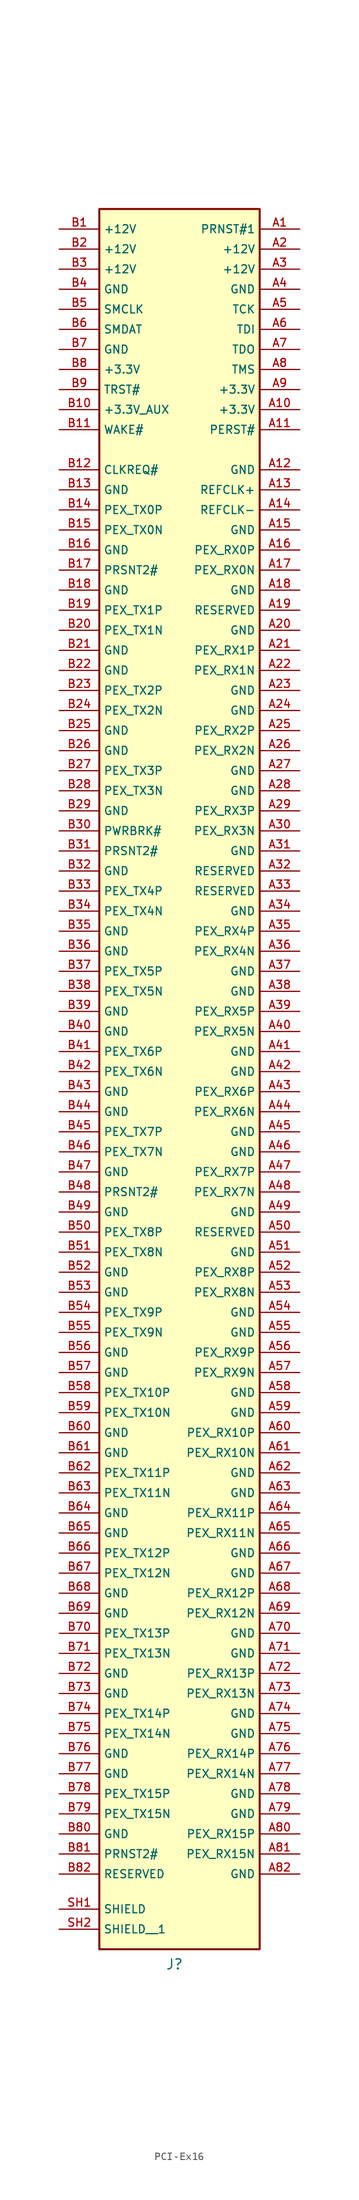
<source format=kicad_sym>
(kicad_symbol_lib
  (version 20231120)
  (generator "kicad_symbol_editor")
  (generator_version "8.0")
  (symbol "PCI-Ex16"
    (property "Reference" "J"
      (at 0 0 0)
      (effects (font (size 1.27 1.27))))
    (property "Value" ""
      (at 0 0 0)
      (effects (font (size 1.27 1.27))))
    (symbol "PCI-Ex16_1_0"
      (rectangle (start -9.525 222.25) (end 10.795 1.905) (stroke (width 0.254) (type default)) (fill (type background)))
      (pin passive line (at 15.875 219.71 180) (length 5.08) (name "PRNST#1" (effects (font (size 1.016 1.016)))) (number "A1" (effects (font (size 1.016 1.016)))))
      (pin passive line (at 15.875 196.85 180) (length 5.08) (name "+3.3V" (effects (font (size 1.016 1.016)))) (number "A10" (effects (font (size 1.016 1.016)))))
      (pin passive line (at 15.875 194.31 180) (length 5.08) (name "PERST#" (effects (font (size 1.016 1.016)))) (number "A11" (effects (font (size 1.016 1.016)))))
      (pin passive line (at 15.875 189.23 180) (length 5.08) (name "GND" (effects (font (size 1.016 1.016)))) (number "A12" (effects (font (size 1.016 1.016)))))
      (pin passive line (at 15.875 186.69 180) (length 5.08) (name "REFCLK+" (effects (font (size 1.016 1.016)))) (number "A13" (effects (font (size 1.016 1.016)))))
      (pin passive line (at 15.875 184.15 180) (length 5.08) (name "REFCLK-" (effects (font (size 1.016 1.016)))) (number "A14" (effects (font (size 1.016 1.016)))))
      (pin passive line (at 15.875 181.61 180) (length 5.08) (name "GND" (effects (font (size 1.016 1.016)))) (number "A15" (effects (font (size 1.016 1.016)))))
      (pin passive line (at 15.875 179.07 180) (length 5.08) (name "PEX_RX0P" (effects (font (size 1.016 1.016)))) (number "A16" (effects (font (size 1.016 1.016)))))
      (pin passive line (at 15.875 176.53 180) (length 5.08) (name "PEX_RX0N" (effects (font (size 1.016 1.016)))) (number "A17" (effects (font (size 1.016 1.016)))))
      (pin passive line (at 15.875 173.99 180) (length 5.08) (name "GND" (effects (font (size 1.016 1.016)))) (number "A18" (effects (font (size 1.016 1.016)))))
      (pin passive line (at 15.875 171.45 180) (length 5.08) (name "RESERVED" (effects (font (size 1.016 1.016)))) (number "A19" (effects (font (size 1.016 1.016)))))
      (pin passive line (at 15.875 217.17 180) (length 5.08) (name "+12V" (effects (font (size 1.016 1.016)))) (number "A2" (effects (font (size 1.016 1.016)))))
      (pin passive line (at 15.875 168.91 180) (length 5.08) (name "GND" (effects (font (size 1.016 1.016)))) (number "A20" (effects (font (size 1.016 1.016)))))
      (pin passive line (at 15.875 166.37 180) (length 5.08) (name "PEX_RX1P" (effects (font (size 1.016 1.016)))) (number "A21" (effects (font (size 1.016 1.016)))))
      (pin passive line (at 15.875 163.83 180) (length 5.08) (name "PEX_RX1N" (effects (font (size 1.016 1.016)))) (number "A22" (effects (font (size 1.016 1.016)))))
      (pin passive line (at 15.875 161.29 180) (length 5.08) (name "GND" (effects (font (size 1.016 1.016)))) (number "A23" (effects (font (size 1.016 1.016)))))
      (pin passive line (at 15.875 158.75 180) (length 5.08) (name "GND" (effects (font (size 1.016 1.016)))) (number "A24" (effects (font (size 1.016 1.016)))))
      (pin passive line (at 15.875 156.21 180) (length 5.08) (name "PEX_RX2P" (effects (font (size 1.016 1.016)))) (number "A25" (effects (font (size 1.016 1.016)))))
      (pin passive line (at 15.875 153.67 180) (length 5.08) (name "PEX_RX2N" (effects (font (size 1.016 1.016)))) (number "A26" (effects (font (size 1.016 1.016)))))
      (pin passive line (at 15.875 151.13 180) (length 5.08) (name "GND" (effects (font (size 1.016 1.016)))) (number "A27" (effects (font (size 1.016 1.016)))))
      (pin passive line (at 15.875 148.59 180) (length 5.08) (name "GND" (effects (font (size 1.016 1.016)))) (number "A28" (effects (font (size 1.016 1.016)))))
      (pin passive line (at 15.875 146.05 180) (length 5.08) (name "PEX_RX3P" (effects (font (size 1.016 1.016)))) (number "A29" (effects (font (size 1.016 1.016)))))
      (pin passive line (at 15.875 214.63 180) (length 5.08) (name "+12V" (effects (font (size 1.016 1.016)))) (number "A3" (effects (font (size 1.016 1.016)))))
      (pin passive line (at 15.875 143.51 180) (length 5.08) (name "PEX_RX3N" (effects (font (size 1.016 1.016)))) (number "A30" (effects (font (size 1.016 1.016)))))
      (pin passive line (at 15.875 140.97 180) (length 5.08) (name "GND" (effects (font (size 1.016 1.016)))) (number "A31" (effects (font (size 1.016 1.016)))))
      (pin passive line (at 15.875 138.43 180) (length 5.08) (name "RESERVED" (effects (font (size 1.016 1.016)))) (number "A32" (effects (font (size 1.016 1.016)))))
      (pin passive line (at 15.875 135.89 180) (length 5.08) (name "RESERVED" (effects (font (size 1.016 1.016)))) (number "A33" (effects (font (size 1.016 1.016)))))
      (pin passive line (at 15.875 133.35 180) (length 5.08) (name "GND" (effects (font (size 1.016 1.016)))) (number "A34" (effects (font (size 1.016 1.016)))))
      (pin passive line (at 15.875 130.81 180) (length 5.08) (name "PEX_RX4P" (effects (font (size 1.016 1.016)))) (number "A35" (effects (font (size 1.016 1.016)))))
      (pin passive line (at 15.875 128.27 180) (length 5.08) (name "PEX_RX4N" (effects (font (size 1.016 1.016)))) (number "A36" (effects (font (size 1.016 1.016)))))
      (pin passive line (at 15.875 125.73 180) (length 5.08) (name "GND" (effects (font (size 1.016 1.016)))) (number "A37" (effects (font (size 1.016 1.016)))))
      (pin passive line (at 15.875 123.19 180) (length 5.08) (name "GND" (effects (font (size 1.016 1.016)))) (number "A38" (effects (font (size 1.016 1.016)))))
      (pin passive line (at 15.875 120.65 180) (length 5.08) (name "PEX_RX5P" (effects (font (size 1.016 1.016)))) (number "A39" (effects (font (size 1.016 1.016)))))
      (pin passive line (at 15.875 212.09 180) (length 5.08) (name "GND" (effects (font (size 1.016 1.016)))) (number "A4" (effects (font (size 1.016 1.016)))))
      (pin passive line (at 15.875 118.11 180) (length 5.08) (name "PEX_RX5N" (effects (font (size 1.016 1.016)))) (number "A40" (effects (font (size 1.016 1.016)))))
      (pin passive line (at 15.875 115.57 180) (length 5.08) (name "GND" (effects (font (size 1.016 1.016)))) (number "A41" (effects (font (size 1.016 1.016)))))
      (pin passive line (at 15.875 113.03 180) (length 5.08) (name "GND" (effects (font (size 1.016 1.016)))) (number "A42" (effects (font (size 1.016 1.016)))))
      (pin passive line (at 15.875 110.49 180) (length 5.08) (name "PEX_RX6P" (effects (font (size 1.016 1.016)))) (number "A43" (effects (font (size 1.016 1.016)))))
      (pin passive line (at 15.875 107.95 180) (length 5.08) (name "PEX_RX6N" (effects (font (size 1.016 1.016)))) (number "A44" (effects (font (size 1.016 1.016)))))
      (pin passive line (at 15.875 105.41 180) (length 5.08) (name "GND" (effects (font (size 1.016 1.016)))) (number "A45" (effects (font (size 1.016 1.016)))))
      (pin passive line (at 15.875 102.87 180) (length 5.08) (name "GND" (effects (font (size 1.016 1.016)))) (number "A46" (effects (font (size 1.016 1.016)))))
      (pin passive line (at 15.875 100.33 180) (length 5.08) (name "PEX_RX7P" (effects (font (size 1.016 1.016)))) (number "A47" (effects (font (size 1.016 1.016)))))
      (pin passive line (at 15.875 97.79 180) (length 5.08) (name "PEX_RX7N" (effects (font (size 1.016 1.016)))) (number "A48" (effects (font (size 1.016 1.016)))))
      (pin passive line (at 15.875 95.25 180) (length 5.08) (name "GND" (effects (font (size 1.016 1.016)))) (number "A49" (effects (font (size 1.016 1.016)))))
      (pin passive line (at 15.875 209.55 180) (length 5.08) (name "TCK" (effects (font (size 1.016 1.016)))) (number "A5" (effects (font (size 1.016 1.016)))))
      (pin passive line (at 15.875 92.71 180) (length 5.08) (name "RESERVED" (effects (font (size 1.016 1.016)))) (number "A50" (effects (font (size 1.016 1.016)))))
      (pin passive line (at 15.875 90.17 180) (length 5.08) (name "GND" (effects (font (size 1.016 1.016)))) (number "A51" (effects (font (size 1.016 1.016)))))
      (pin passive line (at 15.875 87.63 180) (length 5.08) (name "PEX_RX8P" (effects (font (size 1.016 1.016)))) (number "A52" (effects (font (size 1.016 1.016)))))
      (pin passive line (at 15.875 85.09 180) (length 5.08) (name "PEX_RX8N" (effects (font (size 1.016 1.016)))) (number "A53" (effects (font (size 1.016 1.016)))))
      (pin passive line (at 15.875 82.55 180) (length 5.08) (name "GND" (effects (font (size 1.016 1.016)))) (number "A54" (effects (font (size 1.016 1.016)))))
      (pin passive line (at 15.875 80.01 180) (length 5.08) (name "GND" (effects (font (size 1.016 1.016)))) (number "A55" (effects (font (size 1.016 1.016)))))
      (pin passive line (at 15.875 77.47 180) (length 5.08) (name "PEX_RX9P" (effects (font (size 1.016 1.016)))) (number "A56" (effects (font (size 1.016 1.016)))))
      (pin passive line (at 15.875 74.93 180) (length 5.08) (name "PEX_RX9N" (effects (font (size 1.016 1.016)))) (number "A57" (effects (font (size 1.016 1.016)))))
      (pin passive line (at 15.875 72.39 180) (length 5.08) (name "GND" (effects (font (size 1.016 1.016)))) (number "A58" (effects (font (size 1.016 1.016)))))
      (pin passive line (at 15.875 69.85 180) (length 5.08) (name "GND" (effects (font (size 1.016 1.016)))) (number "A59" (effects (font (size 1.016 1.016)))))
      (pin passive line (at 15.875 207.01 180) (length 5.08) (name "TDI" (effects (font (size 1.016 1.016)))) (number "A6" (effects (font (size 1.016 1.016)))))
      (pin passive line (at 15.875 67.31 180) (length 5.08) (name "PEX_RX10P" (effects (font (size 1.016 1.016)))) (number "A60" (effects (font (size 1.016 1.016)))))
      (pin passive line (at 15.875 64.77 180) (length 5.08) (name "PEX_RX10N" (effects (font (size 1.016 1.016)))) (number "A61" (effects (font (size 1.016 1.016)))))
      (pin passive line (at 15.875 62.23 180) (length 5.08) (name "GND" (effects (font (size 1.016 1.016)))) (number "A62" (effects (font (size 1.016 1.016)))))
      (pin passive line (at 15.875 59.69 180) (length 5.08) (name "GND" (effects (font (size 1.016 1.016)))) (number "A63" (effects (font (size 1.016 1.016)))))
      (pin passive line (at 15.875 57.15 180) (length 5.08) (name "PEX_RX11P" (effects (font (size 1.016 1.016)))) (number "A64" (effects (font (size 1.016 1.016)))))
      (pin passive line (at 15.875 54.61 180) (length 5.08) (name "PEX_RX11N" (effects (font (size 1.016 1.016)))) (number "A65" (effects (font (size 1.016 1.016)))))
      (pin passive line (at 15.875 52.07 180) (length 5.08) (name "GND" (effects (font (size 1.016 1.016)))) (number "A66" (effects (font (size 1.016 1.016)))))
      (pin passive line (at 15.875 49.53 180) (length 5.08) (name "GND" (effects (font (size 1.016 1.016)))) (number "A67" (effects (font (size 1.016 1.016)))))
      (pin passive line (at 15.875 46.99 180) (length 5.08) (name "PEX_RX12P" (effects (font (size 1.016 1.016)))) (number "A68" (effects (font (size 1.016 1.016)))))
      (pin passive line (at 15.875 44.45 180) (length 5.08) (name "PEX_RX12N" (effects (font (size 1.016 1.016)))) (number "A69" (effects (font (size 1.016 1.016)))))
      (pin passive line (at 15.875 204.47 180) (length 5.08) (name "TDO" (effects (font (size 1.016 1.016)))) (number "A7" (effects (font (size 1.016 1.016)))))
      (pin passive line (at 15.875 41.91 180) (length 5.08) (name "GND" (effects (font (size 1.016 1.016)))) (number "A70" (effects (font (size 1.016 1.016)))))
      (pin passive line (at 15.875 39.37 180) (length 5.08) (name "GND" (effects (font (size 1.016 1.016)))) (number "A71" (effects (font (size 1.016 1.016)))))
      (pin passive line (at 15.875 36.83 180) (length 5.08) (name "PEX_RX13P" (effects (font (size 1.016 1.016)))) (number "A72" (effects (font (size 1.016 1.016)))))
      (pin passive line (at 15.875 34.29 180) (length 5.08) (name "PEX_RX13N" (effects (font (size 1.016 1.016)))) (number "A73" (effects (font (size 1.016 1.016)))))
      (pin passive line (at 15.875 31.75 180) (length 5.08) (name "GND" (effects (font (size 1.016 1.016)))) (number "A74" (effects (font (size 1.016 1.016)))))
      (pin passive line (at 15.875 29.21 180) (length 5.08) (name "GND" (effects (font (size 1.016 1.016)))) (number "A75" (effects (font (size 1.016 1.016)))))
      (pin passive line (at 15.875 26.67 180) (length 5.08) (name "PEX_RX14P" (effects (font (size 1.016 1.016)))) (number "A76" (effects (font (size 1.016 1.016)))))
      (pin passive line (at 15.875 24.13 180) (length 5.08) (name "PEX_RX14N" (effects (font (size 1.016 1.016)))) (number "A77" (effects (font (size 1.016 1.016)))))
      (pin passive line (at 15.875 21.59 180) (length 5.08) (name "GND" (effects (font (size 1.016 1.016)))) (number "A78" (effects (font (size 1.016 1.016)))))
      (pin passive line (at 15.875 19.05 180) (length 5.08) (name "GND" (effects (font (size 1.016 1.016)))) (number "A79" (effects (font (size 1.016 1.016)))))
      (pin passive line (at 15.875 201.93 180) (length 5.08) (name "TMS" (effects (font (size 1.016 1.016)))) (number "A8" (effects (font (size 1.016 1.016)))))
      (pin passive line (at 15.875 16.51 180) (length 5.08) (name "PEX_RX15P" (effects (font (size 1.016 1.016)))) (number "A80" (effects (font (size 1.016 1.016)))))
      (pin passive line (at 15.875 13.97 180) (length 5.08) (name "PEX_RX15N" (effects (font (size 1.016 1.016)))) (number "A81" (effects (font (size 1.016 1.016)))))
      (pin passive line (at 15.875 11.43 180) (length 5.08) (name "GND" (effects (font (size 1.016 1.016)))) (number "A82" (effects (font (size 1.016 1.016)))))
      (pin passive line (at 15.875 199.39 180) (length 5.08) (name "+3.3V" (effects (font (size 1.016 1.016)))) (number "A9" (effects (font (size 1.016 1.016)))))
      (pin passive line (at -14.605 219.71 0) (length 5.08) (name "+12V" (effects (font (size 1.016 1.016)))) (number "B1" (effects (font (size 1.016 1.016)))))
      (pin passive line (at -14.605 196.85 0) (length 5.08) (name "+3.3V_AUX" (effects (font (size 1.016 1.016)))) (number "B10" (effects (font (size 1.016 1.016)))))
      (pin passive line (at -14.605 194.31 0) (length 5.08) (name "WAKE#" (effects (font (size 1.016 1.016)))) (number "B11" (effects (font (size 1.016 1.016)))))
      (pin passive line (at -14.605 189.23 0) (length 5.08) (name "CLKREQ#" (effects (font (size 1.016 1.016)))) (number "B12" (effects (font (size 1.016 1.016)))))
      (pin passive line (at -14.605 186.69 0) (length 5.08) (name "GND" (effects (font (size 1.016 1.016)))) (number "B13" (effects (font (size 1.016 1.016)))))
      (pin passive line (at -14.605 184.15 0) (length 5.08) (name "PEX_TX0P" (effects (font (size 1.016 1.016)))) (number "B14" (effects (font (size 1.016 1.016)))))
      (pin passive line (at -14.605 181.61 0) (length 5.08) (name "PEX_TX0N" (effects (font (size 1.016 1.016)))) (number "B15" (effects (font (size 1.016 1.016)))))
      (pin passive line (at -14.605 179.07 0) (length 5.08) (name "GND" (effects (font (size 1.016 1.016)))) (number "B16" (effects (font (size 1.016 1.016)))))
      (pin passive line (at -14.605 176.53 0) (length 5.08) (name "PRSNT2#" (effects (font (size 1.016 1.016)))) (number "B17" (effects (font (size 1.016 1.016)))))
      (pin passive line (at -14.605 173.99 0) (length 5.08) (name "GND" (effects (font (size 1.016 1.016)))) (number "B18" (effects (font (size 1.016 1.016)))))
      (pin passive line (at -14.605 171.45 0) (length 5.08) (name "PEX_TX1P" (effects (font (size 1.016 1.016)))) (number "B19" (effects (font (size 1.016 1.016)))))
      (pin passive line (at -14.605 217.17 0) (length 5.08) (name "+12V" (effects (font (size 1.016 1.016)))) (number "B2" (effects (font (size 1.016 1.016)))))
      (pin passive line (at -14.605 168.91 0) (length 5.08) (name "PEX_TX1N" (effects (font (size 1.016 1.016)))) (number "B20" (effects (font (size 1.016 1.016)))))
      (pin passive line (at -14.605 166.37 0) (length 5.08) (name "GND" (effects (font (size 1.016 1.016)))) (number "B21" (effects (font (size 1.016 1.016)))))
      (pin passive line (at -14.605 163.83 0) (length 5.08) (name "GND" (effects (font (size 1.016 1.016)))) (number "B22" (effects (font (size 1.016 1.016)))))
      (pin passive line (at -14.605 161.29 0) (length 5.08) (name "PEX_TX2P" (effects (font (size 1.016 1.016)))) (number "B23" (effects (font (size 1.016 1.016)))))
      (pin passive line (at -14.605 158.75 0) (length 5.08) (name "PEX_TX2N" (effects (font (size 1.016 1.016)))) (number "B24" (effects (font (size 1.016 1.016)))))
      (pin passive line (at -14.605 156.21 0) (length 5.08) (name "GND" (effects (font (size 1.016 1.016)))) (number "B25" (effects (font (size 1.016 1.016)))))
      (pin passive line (at -14.605 153.67 0) (length 5.08) (name "GND" (effects (font (size 1.016 1.016)))) (number "B26" (effects (font (size 1.016 1.016)))))
      (pin passive line (at -14.605 151.13 0) (length 5.08) (name "PEX_TX3P" (effects (font (size 1.016 1.016)))) (number "B27" (effects (font (size 1.016 1.016)))))
      (pin passive line (at -14.605 148.59 0) (length 5.08) (name "PEX_TX3N" (effects (font (size 1.016 1.016)))) (number "B28" (effects (font (size 1.016 1.016)))))
      (pin passive line (at -14.605 146.05 0) (length 5.08) (name "GND" (effects (font (size 1.016 1.016)))) (number "B29" (effects (font (size 1.016 1.016)))))
      (pin passive line (at -14.605 214.63 0) (length 5.08) (name "+12V" (effects (font (size 1.016 1.016)))) (number "B3" (effects (font (size 1.016 1.016)))))
      (pin passive line (at -14.605 143.51 0) (length 5.08) (name "PWRBRK#" (effects (font (size 1.016 1.016)))) (number "B30" (effects (font (size 1.016 1.016)))))
      (pin passive line (at -14.605 140.97 0) (length 5.08) (name "PRSNT2#" (effects (font (size 1.016 1.016)))) (number "B31" (effects (font (size 1.016 1.016)))))
      (pin passive line (at -14.605 138.43 0) (length 5.08) (name "GND" (effects (font (size 1.016 1.016)))) (number "B32" (effects (font (size 1.016 1.016)))))
      (pin passive line (at -14.605 135.89 0) (length 5.08) (name "PEX_TX4P" (effects (font (size 1.016 1.016)))) (number "B33" (effects (font (size 1.016 1.016)))))
      (pin passive line (at -14.605 133.35 0) (length 5.08) (name "PEX_TX4N" (effects (font (size 1.016 1.016)))) (number "B34" (effects (font (size 1.016 1.016)))))
      (pin passive line (at -14.605 130.81 0) (length 5.08) (name "GND" (effects (font (size 1.016 1.016)))) (number "B35" (effects (font (size 1.016 1.016)))))
      (pin passive line (at -14.605 128.27 0) (length 5.08) (name "GND" (effects (font (size 1.016 1.016)))) (number "B36" (effects (font (size 1.016 1.016)))))
      (pin passive line (at -14.605 125.73 0) (length 5.08) (name "PEX_TX5P" (effects (font (size 1.016 1.016)))) (number "B37" (effects (font (size 1.016 1.016)))))
      (pin passive line (at -14.605 123.19 0) (length 5.08) (name "PEX_TX5N" (effects (font (size 1.016 1.016)))) (number "B38" (effects (font (size 1.016 1.016)))))
      (pin passive line (at -14.605 120.65 0) (length 5.08) (name "GND" (effects (font (size 1.016 1.016)))) (number "B39" (effects (font (size 1.016 1.016)))))
      (pin passive line (at -14.605 212.09 0) (length 5.08) (name "GND" (effects (font (size 1.016 1.016)))) (number "B4" (effects (font (size 1.016 1.016)))))
      (pin passive line (at -14.605 118.11 0) (length 5.08) (name "GND" (effects (font (size 1.016 1.016)))) (number "B40" (effects (font (size 1.016 1.016)))))
      (pin passive line (at -14.605 115.57 0) (length 5.08) (name "PEX_TX6P" (effects (font (size 1.016 1.016)))) (number "B41" (effects (font (size 1.016 1.016)))))
      (pin passive line (at -14.605 113.03 0) (length 5.08) (name "PEX_TX6N" (effects (font (size 1.016 1.016)))) (number "B42" (effects (font (size 1.016 1.016)))))
      (pin passive line (at -14.605 110.49 0) (length 5.08) (name "GND" (effects (font (size 1.016 1.016)))) (number "B43" (effects (font (size 1.016 1.016)))))
      (pin passive line (at -14.605 107.95 0) (length 5.08) (name "GND" (effects (font (size 1.016 1.016)))) (number "B44" (effects (font (size 1.016 1.016)))))
      (pin passive line (at -14.605 105.41 0) (length 5.08) (name "PEX_TX7P" (effects (font (size 1.016 1.016)))) (number "B45" (effects (font (size 1.016 1.016)))))
      (pin passive line (at -14.605 102.87 0) (length 5.08) (name "PEX_TX7N" (effects (font (size 1.016 1.016)))) (number "B46" (effects (font (size 1.016 1.016)))))
      (pin passive line (at -14.605 100.33 0) (length 5.08) (name "GND" (effects (font (size 1.016 1.016)))) (number "B47" (effects (font (size 1.016 1.016)))))
      (pin passive line (at -14.605 97.79 0) (length 5.08) (name "PRSNT2#" (effects (font (size 1.016 1.016)))) (number "B48" (effects (font (size 1.016 1.016)))))
      (pin passive line (at -14.605 95.25 0) (length 5.08) (name "GND" (effects (font (size 1.016 1.016)))) (number "B49" (effects (font (size 1.016 1.016)))))
      (pin passive line (at -14.605 209.55 0) (length 5.08) (name "SMCLK" (effects (font (size 1.016 1.016)))) (number "B5" (effects (font (size 1.016 1.016)))))
      (pin passive line (at -14.605 92.71 0) (length 5.08) (name "PEX_TX8P" (effects (font (size 1.016 1.016)))) (number "B50" (effects (font (size 1.016 1.016)))))
      (pin passive line (at -14.605 90.17 0) (length 5.08) (name "PEX_TX8N" (effects (font (size 1.016 1.016)))) (number "B51" (effects (font (size 1.016 1.016)))))
      (pin passive line (at -14.605 87.63 0) (length 5.08) (name "GND" (effects (font (size 1.016 1.016)))) (number "B52" (effects (font (size 1.016 1.016)))))
      (pin passive line (at -14.605 85.09 0) (length 5.08) (name "GND" (effects (font (size 1.016 1.016)))) (number "B53" (effects (font (size 1.016 1.016)))))
      (pin passive line (at -14.605 82.55 0) (length 5.08) (name "PEX_TX9P" (effects (font (size 1.016 1.016)))) (number "B54" (effects (font (size 1.016 1.016)))))
      (pin passive line (at -14.605 80.01 0) (length 5.08) (name "PEX_TX9N" (effects (font (size 1.016 1.016)))) (number "B55" (effects (font (size 1.016 1.016)))))
      (pin passive line (at -14.605 77.47 0) (length 5.08) (name "GND" (effects (font (size 1.016 1.016)))) (number "B56" (effects (font (size 1.016 1.016)))))
      (pin passive line (at -14.605 74.93 0) (length 5.08) (name "GND" (effects (font (size 1.016 1.016)))) (number "B57" (effects (font (size 1.016 1.016)))))
      (pin passive line (at -14.605 72.39 0) (length 5.08) (name "PEX_TX10P" (effects (font (size 1.016 1.016)))) (number "B58" (effects (font (size 1.016 1.016)))))
      (pin passive line (at -14.605 69.85 0) (length 5.08) (name "PEX_TX10N" (effects (font (size 1.016 1.016)))) (number "B59" (effects (font (size 1.016 1.016)))))
      (pin passive line (at -14.605 207.01 0) (length 5.08) (name "SMDAT" (effects (font (size 1.016 1.016)))) (number "B6" (effects (font (size 1.016 1.016)))))
      (pin passive line (at -14.605 67.31 0) (length 5.08) (name "GND" (effects (font (size 1.016 1.016)))) (number "B60" (effects (font (size 1.016 1.016)))))
      (pin passive line (at -14.605 64.77 0) (length 5.08) (name "GND" (effects (font (size 1.016 1.016)))) (number "B61" (effects (font (size 1.016 1.016)))))
      (pin passive line (at -14.605 62.23 0) (length 5.08) (name "PEX_TX11P" (effects (font (size 1.016 1.016)))) (number "B62" (effects (font (size 1.016 1.016)))))
      (pin passive line (at -14.605 59.69 0) (length 5.08) (name "PEX_TX11N" (effects (font (size 1.016 1.016)))) (number "B63" (effects (font (size 1.016 1.016)))))
      (pin passive line (at -14.605 57.15 0) (length 5.08) (name "GND" (effects (font (size 1.016 1.016)))) (number "B64" (effects (font (size 1.016 1.016)))))
      (pin passive line (at -14.605 54.61 0) (length 5.08) (name "GND" (effects (font (size 1.016 1.016)))) (number "B65" (effects (font (size 1.016 1.016)))))
      (pin passive line (at -14.605 52.07 0) (length 5.08) (name "PEX_TX12P" (effects (font (size 1.016 1.016)))) (number "B66" (effects (font (size 1.016 1.016)))))
      (pin passive line (at -14.605 49.53 0) (length 5.08) (name "PEX_TX12N" (effects (font (size 1.016 1.016)))) (number "B67" (effects (font (size 1.016 1.016)))))
      (pin passive line (at -14.605 46.99 0) (length 5.08) (name "GND" (effects (font (size 1.016 1.016)))) (number "B68" (effects (font (size 1.016 1.016)))))
      (pin passive line (at -14.605 44.45 0) (length 5.08) (name "GND" (effects (font (size 1.016 1.016)))) (number "B69" (effects (font (size 1.016 1.016)))))
      (pin passive line (at -14.605 204.47 0) (length 5.08) (name "GND" (effects (font (size 1.016 1.016)))) (number "B7" (effects (font (size 1.016 1.016)))))
      (pin passive line (at -14.605 41.91 0) (length 5.08) (name "PEX_TX13P" (effects (font (size 1.016 1.016)))) (number "B70" (effects (font (size 1.016 1.016)))))
      (pin passive line (at -14.605 39.37 0) (length 5.08) (name "PEX_TX13N" (effects (font (size 1.016 1.016)))) (number "B71" (effects (font (size 1.016 1.016)))))
      (pin passive line (at -14.605 36.83 0) (length 5.08) (name "GND" (effects (font (size 1.016 1.016)))) (number "B72" (effects (font (size 1.016 1.016)))))
      (pin passive line (at -14.605 34.29 0) (length 5.08) (name "GND" (effects (font (size 1.016 1.016)))) (number "B73" (effects (font (size 1.016 1.016)))))
      (pin passive line (at -14.605 31.75 0) (length 5.08) (name "PEX_TX14P" (effects (font (size 1.016 1.016)))) (number "B74" (effects (font (size 1.016 1.016)))))
      (pin passive line (at -14.605 29.21 0) (length 5.08) (name "PEX_TX14N" (effects (font (size 1.016 1.016)))) (number "B75" (effects (font (size 1.016 1.016)))))
      (pin passive line (at -14.605 26.67 0) (length 5.08) (name "GND" (effects (font (size 1.016 1.016)))) (number "B76" (effects (font (size 1.016 1.016)))))
      (pin passive line (at -14.605 24.13 0) (length 5.08) (name "GND" (effects (font (size 1.016 1.016)))) (number "B77" (effects (font (size 1.016 1.016)))))
      (pin passive line (at -14.605 21.59 0) (length 5.08) (name "PEX_TX15P" (effects (font (size 1.016 1.016)))) (number "B78" (effects (font (size 1.016 1.016)))))
      (pin passive line (at -14.605 19.05 0) (length 5.08) (name "PEX_TX15N" (effects (font (size 1.016 1.016)))) (number "B79" (effects (font (size 1.016 1.016)))))
      (pin passive line (at -14.605 201.93 0) (length 5.08) (name "+3.3V" (effects (font (size 1.016 1.016)))) (number "B8" (effects (font (size 1.016 1.016)))))
      (pin passive line (at -14.605 16.51 0) (length 5.08) (name "GND" (effects (font (size 1.016 1.016)))) (number "B80" (effects (font (size 1.016 1.016)))))
      (pin passive line (at -14.605 13.97 0) (length 5.08) (name "PRNST2#" (effects (font (size 1.016 1.016)))) (number "B81" (effects (font (size 1.016 1.016)))))
      (pin passive line (at -14.605 11.43 0) (length 5.08) (name "RESERVED" (effects (font (size 1.016 1.016)))) (number "B82" (effects (font (size 1.016 1.016)))))
      (pin passive line (at -14.605 199.39 0) (length 5.08) (name "TRST#" (effects (font (size 1.016 1.016)))) (number "B9" (effects (font (size 1.016 1.016)))))
      (pin passive line (at -14.605 6.985 0) (length 5.08) (name "SHIELD" (effects (font (size 1.016 1.016)))) (number "SH1" (effects (font (size 1.016 1.016)))))
      (pin passive line (at -14.605 4.445 0) (length 5.08) (name "SHIELD__1" (effects (font (size 1.016 1.016)))) (number "SH2" (effects (font (size 1.016 1.016))))))))
</source>
